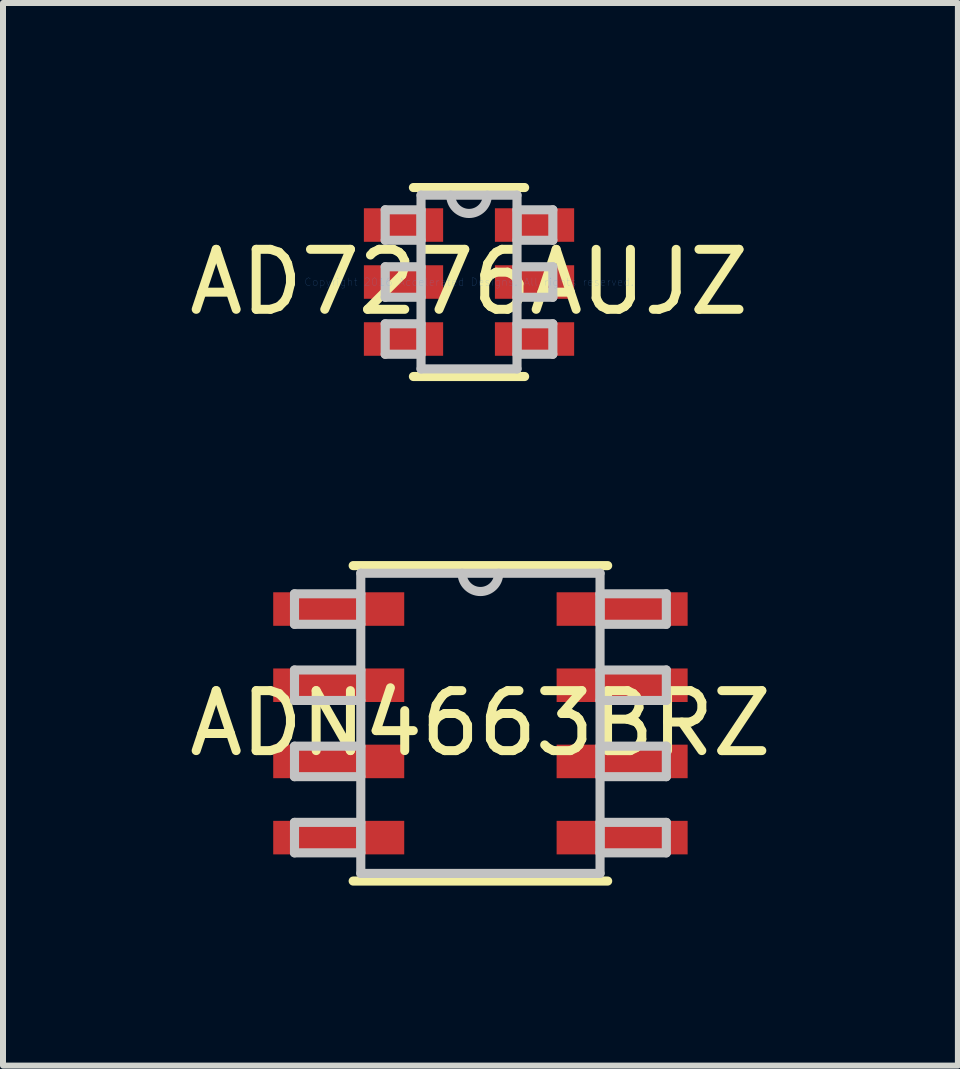
<source format=kicad_pcb>
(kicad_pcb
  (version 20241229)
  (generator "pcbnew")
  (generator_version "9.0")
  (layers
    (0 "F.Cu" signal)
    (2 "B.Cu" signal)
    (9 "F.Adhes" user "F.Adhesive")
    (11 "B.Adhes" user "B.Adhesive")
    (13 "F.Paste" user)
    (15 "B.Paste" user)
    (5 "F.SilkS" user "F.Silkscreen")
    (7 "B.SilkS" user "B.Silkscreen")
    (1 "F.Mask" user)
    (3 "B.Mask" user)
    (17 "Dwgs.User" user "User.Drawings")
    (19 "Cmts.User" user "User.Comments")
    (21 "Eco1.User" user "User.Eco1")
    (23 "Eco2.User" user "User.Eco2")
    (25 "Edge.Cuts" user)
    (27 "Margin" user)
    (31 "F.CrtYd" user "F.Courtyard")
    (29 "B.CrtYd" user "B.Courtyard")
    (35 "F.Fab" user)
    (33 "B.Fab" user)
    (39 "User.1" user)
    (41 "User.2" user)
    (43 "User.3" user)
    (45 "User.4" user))
  (footprint "AD7276AUJZ"
    (layer "F.Cu")
    (at 4.768 1.651)
    (property "Reference" "AD7276AUJZ" (at 0 0 0) (layer "F.SilkS") (effects (font (size 1 1) (thickness 0.15))))
    (attr through_hole)
    (fp_line (start -0.927 1.575) (end 0.927 1.575) (stroke (width 0.152) (type solid)) (layer "F.SilkS"))
    (fp_line (start 0.927 -1.575) (end -0.927 -1.575) (stroke (width 0.152) (type solid)) (layer "F.SilkS"))
    (fp_line (start -1.397 -1.204) (end -1.397 -0.696) (stroke (width 0.152) (type solid)) (layer "Dwgs.User"))
    (fp_line (start -1.397 -0.696) (end -0.8 -0.696) (stroke (width 0.152) (type solid)) (layer "Dwgs.User"))
    (fp_line (start -1.397 -0.254) (end -1.397 0.254) (stroke (width 0.152) (type solid)) (layer "Dwgs.User"))
    (fp_line (start -1.397 0.254) (end -0.8 0.254) (stroke (width 0.152) (type solid)) (layer "Dwgs.User"))
    (fp_line (start -1.397 0.696) (end -1.397 1.204) (stroke (width 0.152) (type solid)) (layer "Dwgs.User"))
    (fp_line (start -1.397 1.204) (end -0.8 1.204) (stroke (width 0.152) (type solid)) (layer "Dwgs.User"))
    (fp_line (start -0.8 -1.448) (end -0.8 1.448) (stroke (width 0.152) (type solid)) (layer "Dwgs.User"))
    (fp_line (start -0.8 -1.204) (end -1.397 -1.204) (stroke (width 0.152) (type solid)) (layer "Dwgs.User"))
    (fp_line (start -0.8 -0.696) (end -0.8 -1.204) (stroke (width 0.152) (type solid)) (layer "Dwgs.User"))
    (fp_line (start -0.8 -0.254) (end -1.397 -0.254) (stroke (width 0.152) (type solid)) (layer "Dwgs.User"))
    (fp_line (start -0.8 0.254) (end -0.8 -0.254) (stroke (width 0.152) (type solid)) (layer "Dwgs.User"))
    (fp_line (start -0.8 0.696) (end -1.397 0.696) (stroke (width 0.152) (type solid)) (layer "Dwgs.User"))
    (fp_line (start -0.8 1.204) (end -0.8 0.696) (stroke (width 0.152) (type solid)) (layer "Dwgs.User"))
    (fp_line (start -0.8 1.448) (end 0.8 1.448) (stroke (width 0.152) (type solid)) (layer "Dwgs.User"))
    (fp_line (start 0.8 -1.448) (end -0.8 -1.448) (stroke (width 0.152) (type solid)) (layer "Dwgs.User"))
    (fp_line (start 0.8 -1.204) (end 0.8 -0.696) (stroke (width 0.152) (type solid)) (layer "Dwgs.User"))
    (fp_line (start 0.8 -0.696) (end 1.397 -0.696) (stroke (width 0.152) (type solid)) (layer "Dwgs.User"))
    (fp_line (start 0.8 -0.254) (end 0.8 0.254) (stroke (width 0.152) (type solid)) (layer "Dwgs.User"))
    (fp_line (start 0.8 0.254) (end 1.397 0.254) (stroke (width 0.152) (type solid)) (layer "Dwgs.User"))
    (fp_line (start 0.8 0.696) (end 0.8 1.204) (stroke (width 0.152) (type solid)) (layer "Dwgs.User"))
    (fp_line (start 0.8 1.204) (end 1.397 1.204) (stroke (width 0.152) (type solid)) (layer "Dwgs.User"))
    (fp_line (start 0.8 1.448) (end 0.8 -1.448) (stroke (width 0.152) (type solid)) (layer "Dwgs.User"))
    (fp_line (start 1.397 -1.204) (end 0.8 -1.204) (stroke (width 0.152) (type solid)) (layer "Dwgs.User"))
    (fp_line (start 1.397 -0.696) (end 1.397 -1.204) (stroke (width 0.152) (type solid)) (layer "Dwgs.User"))
    (fp_line (start 1.397 -0.254) (end 0.8 -0.254) (stroke (width 0.152) (type solid)) (layer "Dwgs.User"))
    (fp_line (start 1.397 0.254) (end 1.397 -0.254) (stroke (width 0.152) (type solid)) (layer "Dwgs.User"))
    (fp_line (start 1.397 0.696) (end 0.8 0.696) (stroke (width 0.152) (type solid)) (layer "Dwgs.User"))
    (fp_line (start 1.397 1.204) (end 1.397 0.696) (stroke (width 0.152) (type solid)) (layer "Dwgs.User"))
    (fp_arc (start 0.3048 -1.4478) (mid 0 -1.143) (end -0.3048 -1.4478) (stroke (width 0.1524) (type solid)) (layer "Dwgs.User"))
    (fp_text user "Copyright 2016 Accelerated Designs. All rights reserved." (at 0 0 0) (layer "Cmts.User") (effects (font (size 0.127 0.127) (thickness 0.002))))
    (pad "1" smd rect (at -1.092 -0.95) (size 1.321 0.559) (layers "F.Cu" "F.Mask" "F.Paste"))
    (pad "2" smd rect (at -1.092 0) (size 1.321 0.559) (layers "F.Cu" "F.Mask" "F.Paste"))
    (pad "3" smd rect (at -1.092 0.95) (size 1.321 0.559) (layers "F.Cu" "F.Mask" "F.Paste"))
    (pad "4" smd rect (at 1.092 0.95) (size 1.321 0.559) (layers "F.Cu" "F.Mask" "F.Paste"))
    (pad "5" smd rect (at 1.092 0) (size 1.321 0.559) (layers "F.Cu" "F.Mask" "F.Paste"))
    (pad "6" smd rect (at 1.092 -0.95) (size 1.321 0.559) (layers "F.Cu" "F.Mask" "F.Paste")))
  (footprint "ADN4663BRZ"
    (layer "F.Cu")
    (at 4.958 9.007)
    (property "Reference" "ADN4663BRZ" (at 0 0 0) (layer "F.SilkS") (effects (font (size 1 1) (thickness 0.15))))
    (attr through_hole)
    (fp_line (start -2.121 2.629) (end 2.121 2.629) (stroke (width 0.152) (type solid)) (layer "F.SilkS"))
    (fp_line (start 2.121 -2.629) (end -2.121 -2.629) (stroke (width 0.152) (type solid)) (layer "F.SilkS"))
    (fp_line (start -3.099 -2.159) (end -3.099 -1.651) (stroke (width 0.152) (type solid)) (layer "Dwgs.User"))
    (fp_line (start -3.099 -1.651) (end -1.994 -1.651) (stroke (width 0.152) (type solid)) (layer "Dwgs.User"))
    (fp_line (start -3.099 -0.889) (end -3.099 -0.381) (stroke (width 0.152) (type solid)) (layer "Dwgs.User"))
    (fp_line (start -3.099 -0.381) (end -1.994 -0.381) (stroke (width 0.152) (type solid)) (layer "Dwgs.User"))
    (fp_line (start -3.099 0.381) (end -3.099 0.889) (stroke (width 0.152) (type solid)) (layer "Dwgs.User"))
    (fp_line (start -3.099 0.889) (end -1.994 0.889) (stroke (width 0.152) (type solid)) (layer "Dwgs.User"))
    (fp_line (start -3.099 1.651) (end -3.099 2.159) (stroke (width 0.152) (type solid)) (layer "Dwgs.User"))
    (fp_line (start -3.099 2.159) (end -1.994 2.159) (stroke (width 0.152) (type solid)) (layer "Dwgs.User"))
    (fp_line (start -1.994 -2.502) (end -1.994 2.502) (stroke (width 0.152) (type solid)) (layer "Dwgs.User"))
    (fp_line (start -1.994 -2.159) (end -3.099 -2.159) (stroke (width 0.152) (type solid)) (layer "Dwgs.User"))
    (fp_line (start -1.994 -1.651) (end -1.994 -2.159) (stroke (width 0.152) (type solid)) (layer "Dwgs.User"))
    (fp_line (start -1.994 -0.889) (end -3.099 -0.889) (stroke (width 0.152) (type solid)) (layer "Dwgs.User"))
    (fp_line (start -1.994 -0.381) (end -1.994 -0.889) (stroke (width 0.152) (type solid)) (layer "Dwgs.User"))
    (fp_line (start -1.994 0.381) (end -3.099 0.381) (stroke (width 0.152) (type solid)) (layer "Dwgs.User"))
    (fp_line (start -1.994 0.889) (end -1.994 0.381) (stroke (width 0.152) (type solid)) (layer "Dwgs.User"))
    (fp_line (start -1.994 1.651) (end -3.099 1.651) (stroke (width 0.152) (type solid)) (layer "Dwgs.User"))
    (fp_line (start -1.994 2.159) (end -1.994 1.651) (stroke (width 0.152) (type solid)) (layer "Dwgs.User"))
    (fp_line (start -1.994 2.502) (end 1.994 2.502) (stroke (width 0.152) (type solid)) (layer "Dwgs.User"))
    (fp_line (start 1.994 -2.502) (end -1.994 -2.502) (stroke (width 0.152) (type solid)) (layer "Dwgs.User"))
    (fp_line (start 1.994 -2.159) (end 1.994 -1.651) (stroke (width 0.152) (type solid)) (layer "Dwgs.User"))
    (fp_line (start 1.994 -1.651) (end 3.099 -1.651) (stroke (width 0.152) (type solid)) (layer "Dwgs.User"))
    (fp_line (start 1.994 -0.889) (end 1.994 -0.381) (stroke (width 0.152) (type solid)) (layer "Dwgs.User"))
    (fp_line (start 1.994 -0.381) (end 3.099 -0.381) (stroke (width 0.152) (type solid)) (layer "Dwgs.User"))
    (fp_line (start 1.994 0.381) (end 1.994 0.889) (stroke (width 0.152) (type solid)) (layer "Dwgs.User"))
    (fp_line (start 1.994 0.889) (end 3.099 0.889) (stroke (width 0.152) (type solid)) (layer "Dwgs.User"))
    (fp_line (start 1.994 1.651) (end 1.994 2.159) (stroke (width 0.152) (type solid)) (layer "Dwgs.User"))
    (fp_line (start 1.994 2.159) (end 3.099 2.159) (stroke (width 0.152) (type solid)) (layer "Dwgs.User"))
    (fp_line (start 1.994 2.502) (end 1.994 -2.502) (stroke (width 0.152) (type solid)) (layer "Dwgs.User"))
    (fp_line (start 3.099 -2.159) (end 1.994 -2.159) (stroke (width 0.152) (type solid)) (layer "Dwgs.User"))
    (fp_line (start 3.099 -1.651) (end 3.099 -2.159) (stroke (width 0.152) (type solid)) (layer "Dwgs.User"))
    (fp_line (start 3.099 -0.889) (end 1.994 -0.889) (stroke (width 0.152) (type solid)) (layer "Dwgs.User"))
    (fp_line (start 3.099 -0.381) (end 3.099 -0.889) (stroke (width 0.152) (type solid)) (layer "Dwgs.User"))
    (fp_line (start 3.099 0.381) (end 1.994 0.381) (stroke (width 0.152) (type solid)) (layer "Dwgs.User"))
    (fp_line (start 3.099 0.889) (end 3.099 0.381) (stroke (width 0.152) (type solid)) (layer "Dwgs.User"))
    (fp_line (start 3.099 1.651) (end 1.994 1.651) (stroke (width 0.152) (type solid)) (layer "Dwgs.User"))
    (fp_line (start 3.099 2.159) (end 3.099 1.651) (stroke (width 0.152) (type solid)) (layer "Dwgs.User"))
    (fp_arc (start 0.3048 -2.5019) (mid 0 -2.1971) (end -0.3048 -2.5019) (stroke (width 0.1524) (type solid)) (layer "Dwgs.User"))
    (pad "" smd rect (at -2.362 -1.905) (size 2.184 0.559) (layers "F.Mask"))
    (pad "" smd rect (at -2.362 -1.905) (size 2.184 0.559) (layers "F.Paste"))
    (pad "" smd rect (at -2.362 -0.635) (size 2.184 0.559) (layers "F.Mask"))
    (pad "" smd rect (at -2.362 -0.635) (size 2.184 0.559) (layers "F.Paste"))
    (pad "" smd rect (at -2.362 0.635) (size 2.184 0.559) (layers "F.Mask"))
    (pad "" smd rect (at -2.362 0.635) (size 2.184 0.559) (layers "F.Paste"))
    (pad "" smd rect (at -2.362 1.905) (size 2.184 0.559) (layers "F.Mask"))
    (pad "" smd rect (at -2.362 1.905) (size 2.184 0.559) (layers "F.Paste"))
    (pad "" smd rect (at 2.362 -1.905) (size 2.184 0.559) (layers "F.Mask"))
    (pad "" smd rect (at 2.362 -1.905) (size 2.184 0.559) (layers "F.Paste"))
    (pad "" smd rect (at 2.362 -0.635) (size 2.184 0.559) (layers "F.Mask"))
    (pad "" smd rect (at 2.362 -0.635) (size 2.184 0.559) (layers "F.Paste"))
    (pad "" smd rect (at 2.362 0.635) (size 2.184 0.559) (layers "F.Mask"))
    (pad "" smd rect (at 2.362 0.635) (size 2.184 0.559) (layers "F.Paste"))
    (pad "" smd rect (at 2.362 1.905) (size 2.184 0.559) (layers "F.Mask"))
    (pad "" smd rect (at 2.362 1.905) (size 2.184 0.559) (layers "F.Paste"))
    (pad "1" smd rect (at -2.362 -1.905) (size 2.184 0.559) (layers "F.Cu"))
    (pad "2" smd rect (at -2.362 -0.635) (size 2.184 0.559) (layers "F.Cu"))
    (pad "3" smd rect (at -2.362 0.635) (size 2.184 0.559) (layers "F.Cu"))
    (pad "4" smd rect (at -2.362 1.905) (size 2.184 0.559) (layers "F.Cu"))
    (pad "5" smd rect (at 2.362 1.905) (size 2.184 0.559) (layers "F.Cu"))
    (pad "6" smd rect (at 2.362 0.635) (size 2.184 0.559) (layers "F.Cu"))
    (pad "7" smd rect (at 2.362 -0.635) (size 2.184 0.559) (layers "F.Cu"))
    (pad "8" smd rect (at 2.362 -1.905) (size 2.184 0.559) (layers "F.Cu")))
  (gr_rect
    (start -3 -3)
    (end 12.917 14.712)
    (stroke (width 0.1) (type default))
    (fill no)
    (layer "Edge.Cuts")))
</source>
